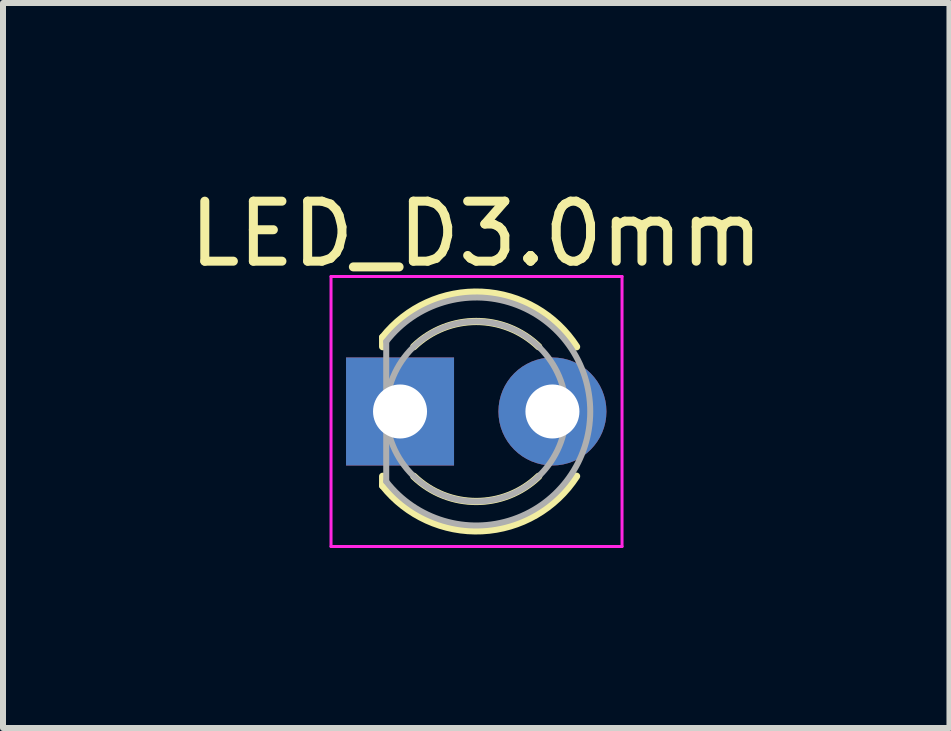
<source format=kicad_pcb>
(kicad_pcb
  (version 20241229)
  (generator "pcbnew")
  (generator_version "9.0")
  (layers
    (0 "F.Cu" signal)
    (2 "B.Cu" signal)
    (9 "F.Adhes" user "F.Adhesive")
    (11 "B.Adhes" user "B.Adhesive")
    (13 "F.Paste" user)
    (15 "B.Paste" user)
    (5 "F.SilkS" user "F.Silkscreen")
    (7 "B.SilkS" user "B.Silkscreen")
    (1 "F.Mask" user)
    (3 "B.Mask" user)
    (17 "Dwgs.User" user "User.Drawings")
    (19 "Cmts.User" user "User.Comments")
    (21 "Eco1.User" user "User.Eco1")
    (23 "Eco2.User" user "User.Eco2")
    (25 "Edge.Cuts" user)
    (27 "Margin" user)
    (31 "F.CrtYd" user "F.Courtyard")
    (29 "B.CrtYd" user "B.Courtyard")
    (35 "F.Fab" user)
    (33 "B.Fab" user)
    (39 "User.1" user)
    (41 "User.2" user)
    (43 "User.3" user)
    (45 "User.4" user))
  (footprint "LED_D3.0mm"
    (layer "F.Cu")
    (at 4.887 3.808)
    (property "Reference" "LED_D3.0mm" (at 0 -2.96 0) (layer "F.SilkS") (effects (font (size 1 1) (thickness 0.15))))
    (attr through_hole)
    (fp_line (start -1.56 -1.236) (end -1.56 -1.08) (stroke (width 0.12) (type solid)) (layer "F.SilkS"))
    (fp_line (start -1.56 1.08) (end -1.56 1.236) (stroke (width 0.12) (type solid)) (layer "F.SilkS"))
    (fp_arc (start -1.56 -1.235516) (mid 0.096487 -1.987659) (end 1.672335 -1.078608) (stroke (width 0.12) (type solid)) (layer "F.SilkS"))
    (fp_arc (start -1.040961 -1.08) (mid 0.000117 -1.5) (end 1.04113 -1.079837) (stroke (width 0.12) (type solid)) (layer "F.SilkS"))
    (fp_arc (start 1.04113 1.079837) (mid 0.000117 1.5) (end -1.040961 1.08) (stroke (width 0.12) (type solid)) (layer "F.SilkS"))
    (fp_arc (start 1.672335 1.078608) (mid 0.096487 1.987659) (end -1.56 1.235516) (stroke (width 0.12) (type solid)) (layer "F.SilkS"))
    (fp_line (start -2.42 -2.25) (end -2.42 2.25) (stroke (width 0.05) (type solid)) (layer "F.CrtYd"))
    (fp_line (start -2.42 2.25) (end 2.43 2.25) (stroke (width 0.05) (type solid)) (layer "F.CrtYd"))
    (fp_line (start 2.43 -2.25) (end -2.42 -2.25) (stroke (width 0.05) (type solid)) (layer "F.CrtYd"))
    (fp_line (start 2.43 2.25) (end 2.43 -2.25) (stroke (width 0.05) (type solid)) (layer "F.CrtYd"))
    (fp_line (start -1.5 -1.166) (end -1.5 1.166) (stroke (width 0.1) (type solid)) (layer "F.Fab"))
    (fp_arc (start -1.5 -1.16619) (mid 1.9 0.000452) (end -1.500555 1.165476) (stroke (width 0.1) (type solid)) (layer "F.Fab"))
    (fp_circle (center 0 0) (end 1.5 0) (stroke (width 0.1) (type solid)) (fill no) (layer "F.Fab"))
    (pad "1" thru_hole rect (at -1.27 0) (size 1.8 1.8) (drill 0.9) (layers "*.Cu" "*.Mask"))
    (pad "2" thru_hole circle (at 1.27 0) (size 1.8 1.8) (drill 0.9) (layers "*.Cu" "*.Mask")))
  (gr_rect
    (start -3 -3)
    (end 12.774 9.083)
    (stroke (width 0.1) (type default))
    (fill no)
    (layer "Edge.Cuts")))
</source>
